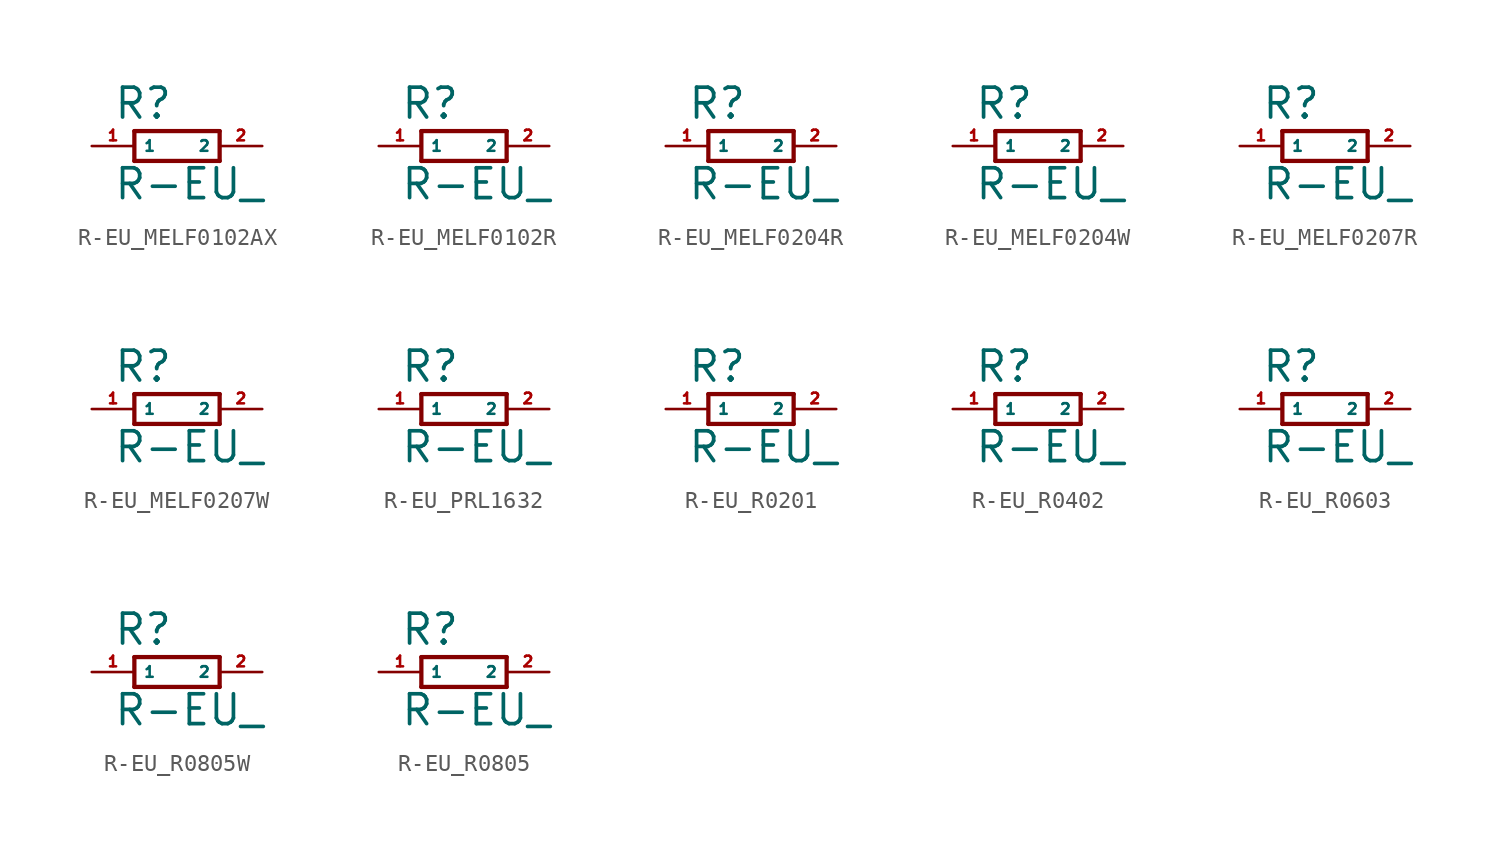
<source format=kicad_sym>
(kicad_symbol_lib
  (version 20220914)
  (generator Eagle2Kicad)
  (symbol "R-EU_MELF0102AX"
    (property "Reference" "R"
      (at -3.81 1.499 0)
      (effects (font (size 1.778 1.778) (thickness 0.22)) (justify left bottom)))
    (property "Value" "R-EU_"
      (at -3.81 -3.302 0)
      (effects (font (size 1.778 1.778) (thickness 0.22)) (justify left bottom)))
    (polyline
      (pts (xy -2.54 -0.889) (xy 2.54 -0.889))
      (stroke (width 0.254) (type default))
      (fill (type none)))
    (polyline
      (pts (xy 2.54 0.889) (xy -2.54 0.889))
      (stroke (width 0.254) (type default))
      (fill (type none)))
    (polyline
      (pts (xy 2.54 -0.889) (xy 2.54 0.889))
      (stroke (width 0.254) (type default))
      (fill (type none)))
    (polyline
      (pts (xy -2.54 -0.889) (xy -2.54 0.889))
      (stroke (width 0.254) (type default))
      (fill (type none)))
    (pin passive line
      (at 5.08 0 180)
      (length 2.54)
      (name "2" (effects (font (size 0.635 0.635) (thickness 0.08)) (justify left bottom)))
      (number "2" (effects (font (size 0.635 0.635) (thickness 0.08)) (justify left bottom))))
    (pin passive line
      (at -5.08 0 0)
      (length 2.54)
      (name "1" (effects (font (size 0.635 0.635) (thickness 0.08)) (justify left bottom)))
      (number "1" (effects (font (size 0.635 0.635) (thickness 0.08)) (justify left bottom)))))
  (symbol "R-EU_MELF0102R"
    (property "Reference" "R"
      (at -3.81 1.499 0)
      (effects (font (size 1.778 1.778) (thickness 0.22)) (justify left bottom)))
    (property "Value" "R-EU_"
      (at -3.81 -3.302 0)
      (effects (font (size 1.778 1.778) (thickness 0.22)) (justify left bottom)))
    (polyline
      (pts (xy -2.54 -0.889) (xy 2.54 -0.889))
      (stroke (width 0.254) (type default))
      (fill (type none)))
    (polyline
      (pts (xy 2.54 0.889) (xy -2.54 0.889))
      (stroke (width 0.254) (type default))
      (fill (type none)))
    (polyline
      (pts (xy 2.54 -0.889) (xy 2.54 0.889))
      (stroke (width 0.254) (type default))
      (fill (type none)))
    (polyline
      (pts (xy -2.54 -0.889) (xy -2.54 0.889))
      (stroke (width 0.254) (type default))
      (fill (type none)))
    (pin passive line
      (at 5.08 0 180)
      (length 2.54)
      (name "2" (effects (font (size 0.635 0.635) (thickness 0.08)) (justify left bottom)))
      (number "2" (effects (font (size 0.635 0.635) (thickness 0.08)) (justify left bottom))))
    (pin passive line
      (at -5.08 0 0)
      (length 2.54)
      (name "1" (effects (font (size 0.635 0.635) (thickness 0.08)) (justify left bottom)))
      (number "1" (effects (font (size 0.635 0.635) (thickness 0.08)) (justify left bottom)))))
  (symbol "R-EU_MELF0204R"
    (property "Reference" "R"
      (at -3.81 1.499 0)
      (effects (font (size 1.778 1.778) (thickness 0.22)) (justify left bottom)))
    (property "Value" "R-EU_"
      (at -3.81 -3.302 0)
      (effects (font (size 1.778 1.778) (thickness 0.22)) (justify left bottom)))
    (polyline
      (pts (xy -2.54 -0.889) (xy 2.54 -0.889))
      (stroke (width 0.254) (type default))
      (fill (type none)))
    (polyline
      (pts (xy 2.54 0.889) (xy -2.54 0.889))
      (stroke (width 0.254) (type default))
      (fill (type none)))
    (polyline
      (pts (xy 2.54 -0.889) (xy 2.54 0.889))
      (stroke (width 0.254) (type default))
      (fill (type none)))
    (polyline
      (pts (xy -2.54 -0.889) (xy -2.54 0.889))
      (stroke (width 0.254) (type default))
      (fill (type none)))
    (pin passive line
      (at 5.08 0 180)
      (length 2.54)
      (name "2" (effects (font (size 0.635 0.635) (thickness 0.08)) (justify left bottom)))
      (number "2" (effects (font (size 0.635 0.635) (thickness 0.08)) (justify left bottom))))
    (pin passive line
      (at -5.08 0 0)
      (length 2.54)
      (name "1" (effects (font (size 0.635 0.635) (thickness 0.08)) (justify left bottom)))
      (number "1" (effects (font (size 0.635 0.635) (thickness 0.08)) (justify left bottom)))))
  (symbol "R-EU_MELF0204W"
    (property "Reference" "R"
      (at -3.81 1.499 0)
      (effects (font (size 1.778 1.778) (thickness 0.22)) (justify left bottom)))
    (property "Value" "R-EU_"
      (at -3.81 -3.302 0)
      (effects (font (size 1.778 1.778) (thickness 0.22)) (justify left bottom)))
    (polyline
      (pts (xy -2.54 -0.889) (xy 2.54 -0.889))
      (stroke (width 0.254) (type default))
      (fill (type none)))
    (polyline
      (pts (xy 2.54 0.889) (xy -2.54 0.889))
      (stroke (width 0.254) (type default))
      (fill (type none)))
    (polyline
      (pts (xy 2.54 -0.889) (xy 2.54 0.889))
      (stroke (width 0.254) (type default))
      (fill (type none)))
    (polyline
      (pts (xy -2.54 -0.889) (xy -2.54 0.889))
      (stroke (width 0.254) (type default))
      (fill (type none)))
    (pin passive line
      (at 5.08 0 180)
      (length 2.54)
      (name "2" (effects (font (size 0.635 0.635) (thickness 0.08)) (justify left bottom)))
      (number "2" (effects (font (size 0.635 0.635) (thickness 0.08)) (justify left bottom))))
    (pin passive line
      (at -5.08 0 0)
      (length 2.54)
      (name "1" (effects (font (size 0.635 0.635) (thickness 0.08)) (justify left bottom)))
      (number "1" (effects (font (size 0.635 0.635) (thickness 0.08)) (justify left bottom)))))
  (symbol "R-EU_MELF0207R"
    (property "Reference" "R"
      (at -3.81 1.499 0)
      (effects (font (size 1.778 1.778) (thickness 0.22)) (justify left bottom)))
    (property "Value" "R-EU_"
      (at -3.81 -3.302 0)
      (effects (font (size 1.778 1.778) (thickness 0.22)) (justify left bottom)))
    (polyline
      (pts (xy -2.54 -0.889) (xy 2.54 -0.889))
      (stroke (width 0.254) (type default))
      (fill (type none)))
    (polyline
      (pts (xy 2.54 0.889) (xy -2.54 0.889))
      (stroke (width 0.254) (type default))
      (fill (type none)))
    (polyline
      (pts (xy 2.54 -0.889) (xy 2.54 0.889))
      (stroke (width 0.254) (type default))
      (fill (type none)))
    (polyline
      (pts (xy -2.54 -0.889) (xy -2.54 0.889))
      (stroke (width 0.254) (type default))
      (fill (type none)))
    (pin passive line
      (at 5.08 0 180)
      (length 2.54)
      (name "2" (effects (font (size 0.635 0.635) (thickness 0.08)) (justify left bottom)))
      (number "2" (effects (font (size 0.635 0.635) (thickness 0.08)) (justify left bottom))))
    (pin passive line
      (at -5.08 0 0)
      (length 2.54)
      (name "1" (effects (font (size 0.635 0.635) (thickness 0.08)) (justify left bottom)))
      (number "1" (effects (font (size 0.635 0.635) (thickness 0.08)) (justify left bottom)))))
  (symbol "R-EU_MELF0207W"
    (property "Reference" "R"
      (at -3.81 1.499 0)
      (effects (font (size 1.778 1.778) (thickness 0.22)) (justify left bottom)))
    (property "Value" "R-EU_"
      (at -3.81 -3.302 0)
      (effects (font (size 1.778 1.778) (thickness 0.22)) (justify left bottom)))
    (polyline
      (pts (xy -2.54 -0.889) (xy 2.54 -0.889))
      (stroke (width 0.254) (type default))
      (fill (type none)))
    (polyline
      (pts (xy 2.54 0.889) (xy -2.54 0.889))
      (stroke (width 0.254) (type default))
      (fill (type none)))
    (polyline
      (pts (xy 2.54 -0.889) (xy 2.54 0.889))
      (stroke (width 0.254) (type default))
      (fill (type none)))
    (polyline
      (pts (xy -2.54 -0.889) (xy -2.54 0.889))
      (stroke (width 0.254) (type default))
      (fill (type none)))
    (pin passive line
      (at 5.08 0 180)
      (length 2.54)
      (name "2" (effects (font (size 0.635 0.635) (thickness 0.08)) (justify left bottom)))
      (number "2" (effects (font (size 0.635 0.635) (thickness 0.08)) (justify left bottom))))
    (pin passive line
      (at -5.08 0 0)
      (length 2.54)
      (name "1" (effects (font (size 0.635 0.635) (thickness 0.08)) (justify left bottom)))
      (number "1" (effects (font (size 0.635 0.635) (thickness 0.08)) (justify left bottom)))))
  (symbol "R-EU_PRL1632"
    (property "Reference" "R"
      (at -3.81 1.499 0)
      (effects (font (size 1.778 1.778) (thickness 0.22)) (justify left bottom)))
    (property "Value" "R-EU_"
      (at -3.81 -3.302 0)
      (effects (font (size 1.778 1.778) (thickness 0.22)) (justify left bottom)))
    (polyline
      (pts (xy -2.54 -0.889) (xy 2.54 -0.889))
      (stroke (width 0.254) (type default))
      (fill (type none)))
    (polyline
      (pts (xy 2.54 0.889) (xy -2.54 0.889))
      (stroke (width 0.254) (type default))
      (fill (type none)))
    (polyline
      (pts (xy 2.54 -0.889) (xy 2.54 0.889))
      (stroke (width 0.254) (type default))
      (fill (type none)))
    (polyline
      (pts (xy -2.54 -0.889) (xy -2.54 0.889))
      (stroke (width 0.254) (type default))
      (fill (type none)))
    (pin passive line
      (at 5.08 0 180)
      (length 2.54)
      (name "2" (effects (font (size 0.635 0.635) (thickness 0.08)) (justify left bottom)))
      (number "2" (effects (font (size 0.635 0.635) (thickness 0.08)) (justify left bottom))))
    (pin passive line
      (at -5.08 0 0)
      (length 2.54)
      (name "1" (effects (font (size 0.635 0.635) (thickness 0.08)) (justify left bottom)))
      (number "1" (effects (font (size 0.635 0.635) (thickness 0.08)) (justify left bottom)))))
  (symbol "R-EU_R0201"
    (property "Reference" "R"
      (at -3.81 1.499 0)
      (effects (font (size 1.778 1.778) (thickness 0.22)) (justify left bottom)))
    (property "Value" "R-EU_"
      (at -3.81 -3.302 0)
      (effects (font (size 1.778 1.778) (thickness 0.22)) (justify left bottom)))
    (polyline
      (pts (xy -2.54 -0.889) (xy 2.54 -0.889))
      (stroke (width 0.254) (type default))
      (fill (type none)))
    (polyline
      (pts (xy 2.54 0.889) (xy -2.54 0.889))
      (stroke (width 0.254) (type default))
      (fill (type none)))
    (polyline
      (pts (xy 2.54 -0.889) (xy 2.54 0.889))
      (stroke (width 0.254) (type default))
      (fill (type none)))
    (polyline
      (pts (xy -2.54 -0.889) (xy -2.54 0.889))
      (stroke (width 0.254) (type default))
      (fill (type none)))
    (pin passive line
      (at 5.08 0 180)
      (length 2.54)
      (name "2" (effects (font (size 0.635 0.635) (thickness 0.08)) (justify left bottom)))
      (number "2" (effects (font (size 0.635 0.635) (thickness 0.08)) (justify left bottom))))
    (pin passive line
      (at -5.08 0 0)
      (length 2.54)
      (name "1" (effects (font (size 0.635 0.635) (thickness 0.08)) (justify left bottom)))
      (number "1" (effects (font (size 0.635 0.635) (thickness 0.08)) (justify left bottom)))))
  (symbol "R-EU_R0402"
    (property "Reference" "R"
      (at -3.81 1.499 0)
      (effects (font (size 1.778 1.778) (thickness 0.22)) (justify left bottom)))
    (property "Value" "R-EU_"
      (at -3.81 -3.302 0)
      (effects (font (size 1.778 1.778) (thickness 0.22)) (justify left bottom)))
    (polyline
      (pts (xy -2.54 -0.889) (xy 2.54 -0.889))
      (stroke (width 0.254) (type default))
      (fill (type none)))
    (polyline
      (pts (xy 2.54 0.889) (xy -2.54 0.889))
      (stroke (width 0.254) (type default))
      (fill (type none)))
    (polyline
      (pts (xy 2.54 -0.889) (xy 2.54 0.889))
      (stroke (width 0.254) (type default))
      (fill (type none)))
    (polyline
      (pts (xy -2.54 -0.889) (xy -2.54 0.889))
      (stroke (width 0.254) (type default))
      (fill (type none)))
    (pin passive line
      (at 5.08 0 180)
      (length 2.54)
      (name "2" (effects (font (size 0.635 0.635) (thickness 0.08)) (justify left bottom)))
      (number "2" (effects (font (size 0.635 0.635) (thickness 0.08)) (justify left bottom))))
    (pin passive line
      (at -5.08 0 0)
      (length 2.54)
      (name "1" (effects (font (size 0.635 0.635) (thickness 0.08)) (justify left bottom)))
      (number "1" (effects (font (size 0.635 0.635) (thickness 0.08)) (justify left bottom)))))
  (symbol "R-EU_R0603"
    (property "Reference" "R"
      (at -3.81 1.499 0)
      (effects (font (size 1.778 1.778) (thickness 0.22)) (justify left bottom)))
    (property "Value" "R-EU_"
      (at -3.81 -3.302 0)
      (effects (font (size 1.778 1.778) (thickness 0.22)) (justify left bottom)))
    (polyline
      (pts (xy -2.54 -0.889) (xy 2.54 -0.889))
      (stroke (width 0.254) (type default))
      (fill (type none)))
    (polyline
      (pts (xy 2.54 0.889) (xy -2.54 0.889))
      (stroke (width 0.254) (type default))
      (fill (type none)))
    (polyline
      (pts (xy 2.54 -0.889) (xy 2.54 0.889))
      (stroke (width 0.254) (type default))
      (fill (type none)))
    (polyline
      (pts (xy -2.54 -0.889) (xy -2.54 0.889))
      (stroke (width 0.254) (type default))
      (fill (type none)))
    (pin passive line
      (at 5.08 0 180)
      (length 2.54)
      (name "2" (effects (font (size 0.635 0.635) (thickness 0.08)) (justify left bottom)))
      (number "2" (effects (font (size 0.635 0.635) (thickness 0.08)) (justify left bottom))))
    (pin passive line
      (at -5.08 0 0)
      (length 2.54)
      (name "1" (effects (font (size 0.635 0.635) (thickness 0.08)) (justify left bottom)))
      (number "1" (effects (font (size 0.635 0.635) (thickness 0.08)) (justify left bottom)))))
  (symbol "R-EU_R0805W"
    (property "Reference" "R"
      (at -3.81 1.499 0)
      (effects (font (size 1.778 1.778) (thickness 0.22)) (justify left bottom)))
    (property "Value" "R-EU_"
      (at -3.81 -3.302 0)
      (effects (font (size 1.778 1.778) (thickness 0.22)) (justify left bottom)))
    (polyline
      (pts (xy -2.54 -0.889) (xy 2.54 -0.889))
      (stroke (width 0.254) (type default))
      (fill (type none)))
    (polyline
      (pts (xy 2.54 0.889) (xy -2.54 0.889))
      (stroke (width 0.254) (type default))
      (fill (type none)))
    (polyline
      (pts (xy 2.54 -0.889) (xy 2.54 0.889))
      (stroke (width 0.254) (type default))
      (fill (type none)))
    (polyline
      (pts (xy -2.54 -0.889) (xy -2.54 0.889))
      (stroke (width 0.254) (type default))
      (fill (type none)))
    (pin passive line
      (at 5.08 0 180)
      (length 2.54)
      (name "2" (effects (font (size 0.635 0.635) (thickness 0.08)) (justify left bottom)))
      (number "2" (effects (font (size 0.635 0.635) (thickness 0.08)) (justify left bottom))))
    (pin passive line
      (at -5.08 0 0)
      (length 2.54)
      (name "1" (effects (font (size 0.635 0.635) (thickness 0.08)) (justify left bottom)))
      (number "1" (effects (font (size 0.635 0.635) (thickness 0.08)) (justify left bottom)))))
  (symbol "R-EU_R0805"
    (property "Reference" "R"
      (at -3.81 1.499 0)
      (effects (font (size 1.778 1.778) (thickness 0.22)) (justify left bottom)))
    (property "Value" "R-EU_"
      (at -3.81 -3.302 0)
      (effects (font (size 1.778 1.778) (thickness 0.22)) (justify left bottom)))
    (polyline
      (pts (xy -2.54 -0.889) (xy 2.54 -0.889))
      (stroke (width 0.254) (type default))
      (fill (type none)))
    (polyline
      (pts (xy 2.54 0.889) (xy -2.54 0.889))
      (stroke (width 0.254) (type default))
      (fill (type none)))
    (polyline
      (pts (xy 2.54 -0.889) (xy 2.54 0.889))
      (stroke (width 0.254) (type default))
      (fill (type none)))
    (polyline
      (pts (xy -2.54 -0.889) (xy -2.54 0.889))
      (stroke (width 0.254) (type default))
      (fill (type none)))
    (pin passive line
      (at 5.08 0 180)
      (length 2.54)
      (name "2" (effects (font (size 0.635 0.635) (thickness 0.08)) (justify left bottom)))
      (number "2" (effects (font (size 0.635 0.635) (thickness 0.08)) (justify left bottom))))
    (pin passive line
      (at -5.08 0 0)
      (length 2.54)
      (name "1" (effects (font (size 0.635 0.635) (thickness 0.08)) (justify left bottom)))
      (number "1" (effects (font (size 0.635 0.635) (thickness 0.08)) (justify left bottom))))))
</source>
